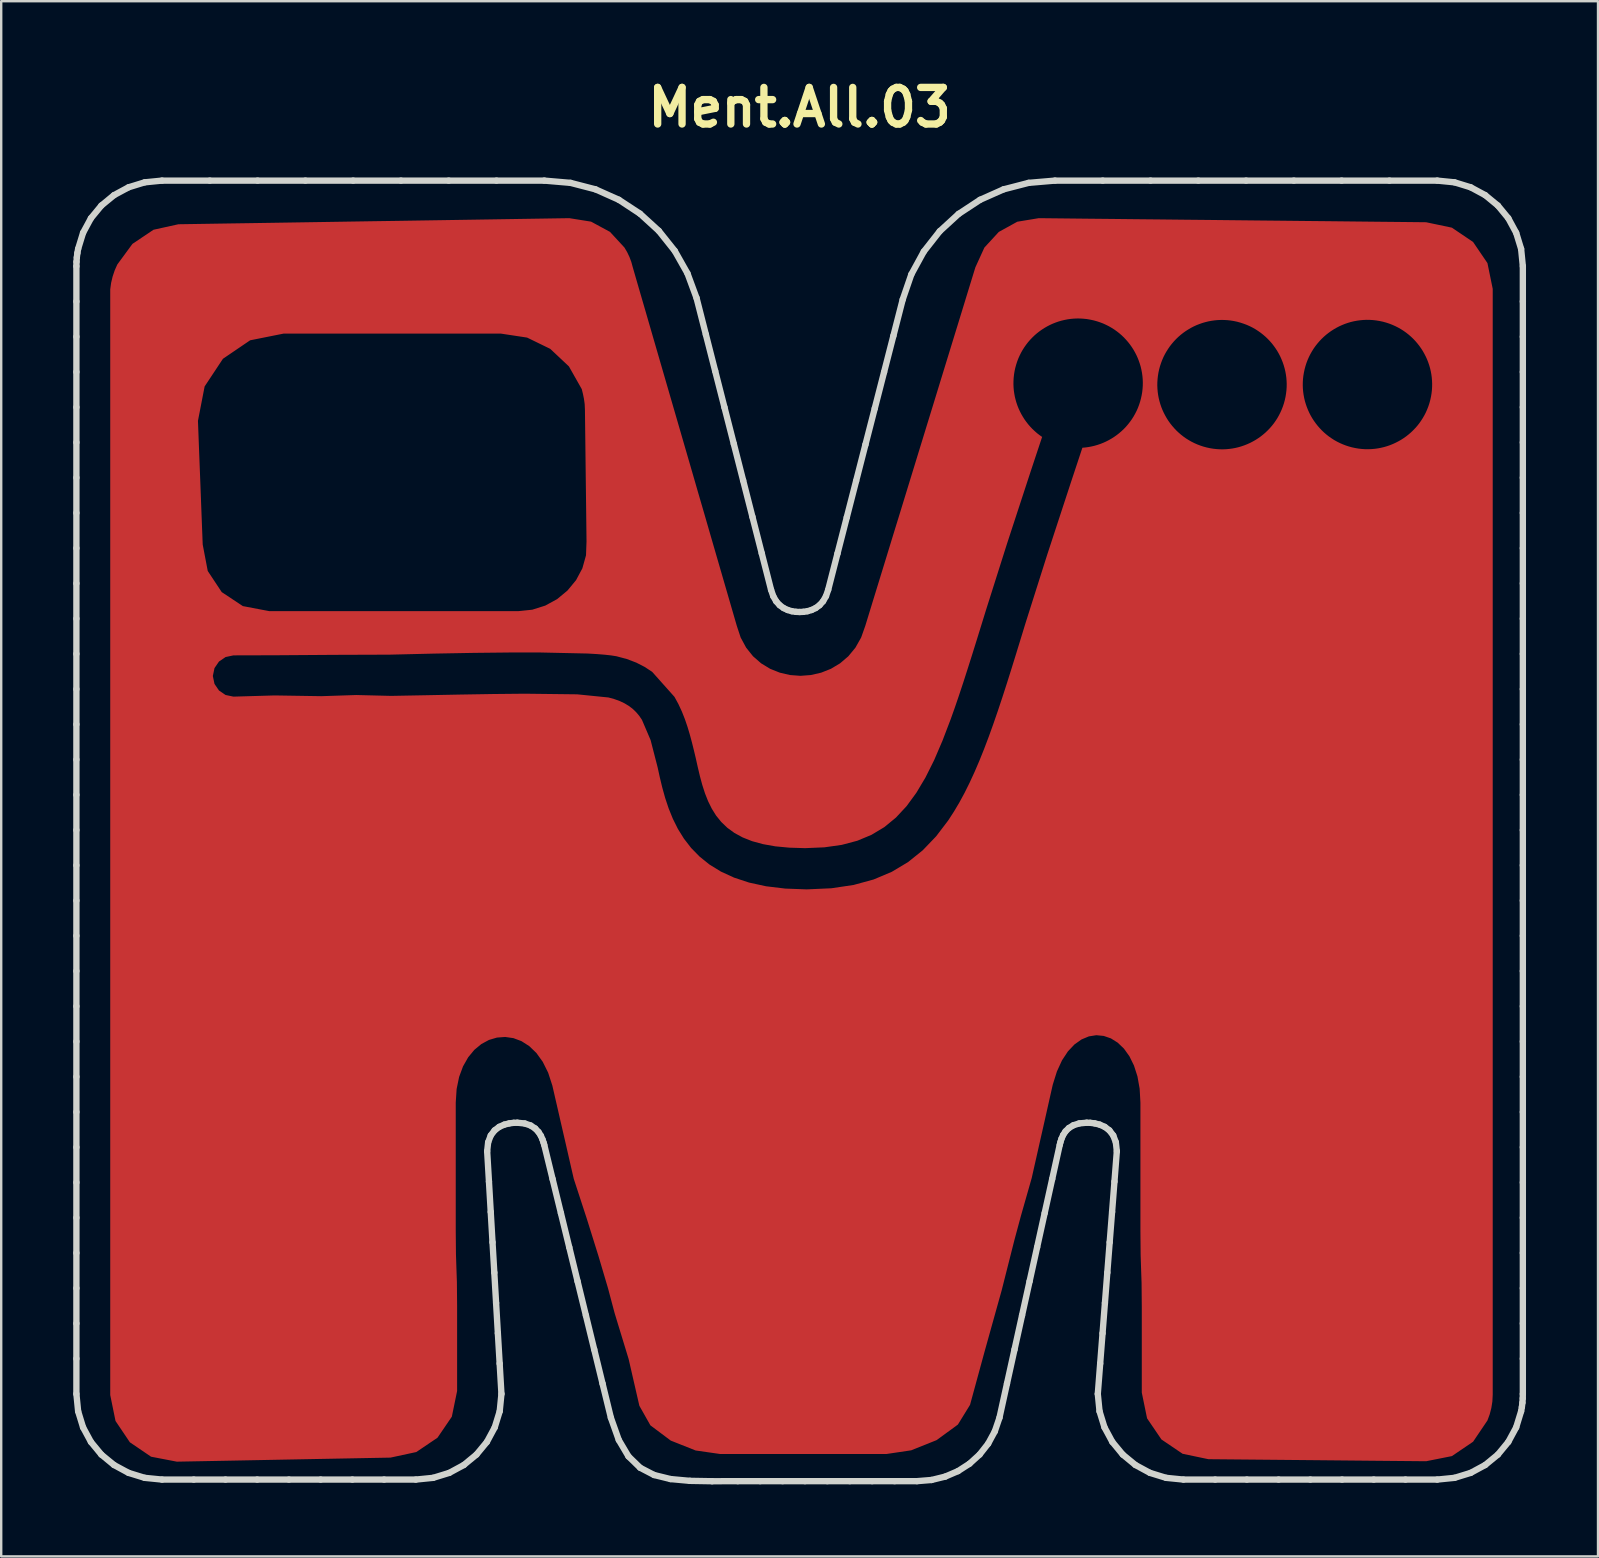
<source format=kicad_pcb>
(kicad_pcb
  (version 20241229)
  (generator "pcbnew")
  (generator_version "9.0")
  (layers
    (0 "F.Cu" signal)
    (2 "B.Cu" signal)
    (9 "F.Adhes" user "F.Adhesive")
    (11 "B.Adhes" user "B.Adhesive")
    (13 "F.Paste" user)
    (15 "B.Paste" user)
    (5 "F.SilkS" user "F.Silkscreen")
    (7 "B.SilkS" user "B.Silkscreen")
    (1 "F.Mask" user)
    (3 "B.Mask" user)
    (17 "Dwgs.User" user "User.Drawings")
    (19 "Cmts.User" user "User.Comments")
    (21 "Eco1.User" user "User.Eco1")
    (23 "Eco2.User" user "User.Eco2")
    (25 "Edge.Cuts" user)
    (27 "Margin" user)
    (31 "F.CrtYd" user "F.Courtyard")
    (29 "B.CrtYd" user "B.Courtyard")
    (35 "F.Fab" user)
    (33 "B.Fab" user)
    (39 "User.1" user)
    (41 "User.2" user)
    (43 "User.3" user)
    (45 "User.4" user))
  (footprint "Ment.All.03"
    (layer "F.Cu")
    (at 30.267 31.571)
    (property "Reference" "Ment.All.03" (at 0 -30.144 0) (layer "F.SilkS") (effects (font (size 1.524 1.524) (thickness 0.305))))
    (attr smd)
    (fp_poly (pts (xy -9.595 -25.531) (xy -7.859 -7.313) (xy -7.635 -7.278) (xy -7.199 -7.162) (xy -6.807 -7.013) (xy -6.456 -6.833) (xy -6.143 -6.627) (xy -5.214 -5.585) (xy -5.05 -5.285) (xy -4.906 -4.974) (xy -4.78 -4.656) (xy -4.67 -4.333) (xy -4.573 -4.008) (xy -4.486 -3.684) (xy -4.406 -3.363) (xy -4.331 -3.049) (xy -4.244 -2.659) (xy -4.154 -2.28) (xy -4.056 -1.917) (xy -3.944 -1.569) (xy -3.814 -1.239) (xy -3.66 -0.928) (xy -3.48 -0.639) (xy -3.265 -0.373) (xy -3.013 -0.131) (xy -2.718 0.084) (xy -2.376 0.27) (xy -1.98 0.427) (xy -1.527 0.551) (xy -1.011 0.643) (xy -0.427 0.698) (xy 0.229 0.718) (xy 1.03 0.684) (xy 1.754 0.582) (xy 2.406 0.409) (xy 2.995 0.163) (xy 3.528 -0.157) (xy 4.013 -0.555) (xy 4.455 -1.03) (xy 4.863 -1.587) (xy 5.244 -2.226) (xy 5.606 -2.951) (xy 5.954 -3.763) (xy 6.298 -4.663) (xy 6.47 -5.147) (xy 6.643 -5.654) (xy 6.819 -6.185) (xy 6.997 -6.739) (xy 7.18 -7.316) (xy 7.368 -7.918) (xy 7.562 -8.544) (xy 7.763 -9.195) (xy 8.643 -11.972) (xy 9.611 -14.93) (xy 10.104 -16.416) (xy 9.996 -16.492) (xy 9.893 -16.572) (xy 9.795 -16.658) (xy 9.7 -16.747) (xy 9.611 -16.841) (xy 9.526 -16.939) (xy 9.446 -17.041) (xy 9.371 -17.146) (xy 9.302 -17.255) (xy 9.237 -17.367) (xy 9.178 -17.482) (xy 9.124 -17.6) (xy 9.076 -17.72) (xy 9.034 -17.843) (xy 8.998 -17.968) (xy 8.967 -18.095) (xy 8.944 -18.223) (xy 8.925 -18.353) (xy 8.914 -18.485) (xy 8.909 -18.618) (xy 8.911 -18.751) (xy 8.919 -18.886) (xy 8.934 -19.021) (xy 8.956 -19.156) (xy 8.985 -19.291) (xy 9.022 -19.425) (xy 9.064 -19.556) (xy 9.112 -19.683) (xy 9.167 -19.806) (xy 9.227 -19.926) (xy 9.292 -20.041) (xy 9.363 -20.153) (xy 9.439 -20.26) (xy 9.519 -20.364) (xy 9.604 -20.462) (xy 9.694 -20.556) (xy 9.787 -20.646) (xy 9.885 -20.731) (xy 9.987 -20.811) (xy 10.092 -20.886) (xy 10.201 -20.956) (xy 10.313 -21.021) (xy 10.427 -21.08) (xy 10.545 -21.134) (xy 10.666 -21.182) (xy 10.789 -21.225) (xy 10.913 -21.261) (xy 11.04 -21.291) (xy 11.169 -21.316) (xy 11.299 -21.334) (xy 11.431 -21.346) (xy 11.563 -21.351) (xy 11.697 -21.35) (xy 11.831 -21.341) (xy 11.966 -21.327) (xy 12.101 -21.304) (xy 12.237 -21.275) (xy 12.251 -21.272) (xy 12.385 -21.235) (xy 12.515 -21.192) (xy 12.642 -21.144) (xy 12.765 -21.088) (xy 12.884 -21.028) (xy 12.999 -20.962) (xy 13.111 -20.891) (xy 13.218 -20.815) (xy 13.321 -20.734) (xy 13.419 -20.649) (xy 13.513 -20.559) (xy 13.602 -20.464) (xy 13.687 -20.366) (xy 13.767 -20.264) (xy 13.841 -20.159) (xy 13.911 -20.05) (xy 13.975 -19.937) (xy 14.034 -19.823) (xy 14.087 -19.705) (xy 14.134 -19.584) (xy 14.176 -19.461) (xy 14.213 -19.336) (xy 14.242 -19.209) (xy 14.266 -19.081) (xy 14.284 -18.95) (xy 14.295 -18.819) (xy 14.3 -18.686) (xy 14.298 -18.552) (xy 14.289 -18.418) (xy 14.274 -18.283) (xy 14.251 -18.148) (xy 14.221 -18.012) (xy 14.185 -17.879) (xy 14.142 -17.748) (xy 14.094 -17.621) (xy 14.039 -17.498) (xy 13.978 -17.379) (xy 13.913 -17.264) (xy 13.842 -17.152) (xy 13.766 -17.045) (xy 13.685 -16.942) (xy 13.6 -16.843) (xy 13.51 -16.749) (xy 13.416 -16.66) (xy 13.318 -16.575) (xy 13.216 -16.495) (xy 13.111 -16.421) (xy 13.002 -16.351) (xy 12.89 -16.287) (xy 12.775 -16.228) (xy 12.657 -16.174) (xy 12.536 -16.126) (xy 12.413 -16.084) (xy 12.288 -16.048) (xy 12.162 -16.018) (xy 12.033 -15.994) (xy 11.903 -15.976) (xy 11.782 -15.966) (xy 11.305 -14.526) (xy 10.316 -11.508) (xy 9.415 -8.666) (xy 9.213 -8.006) (xy 9.016 -7.365) (xy 8.823 -6.743) (xy 8.633 -6.14) (xy 8.444 -5.556) (xy 8.256 -4.991) (xy 8.068 -4.446) (xy 7.879 -3.921) (xy 7.687 -3.415) (xy 7.492 -2.929) (xy 7.292 -2.463) (xy 7.087 -2.017) (xy 6.876 -1.591) (xy 6.657 -1.187) (xy 6.429 -0.803) (xy 6.193 -0.439) (xy 5.688 0.225) (xy 5.132 0.805) (xy 4.518 1.299) (xy 3.839 1.705) (xy 3.085 2.023) (xy 2.248 2.252) (xy 1.321 2.39) (xy 0.295 2.436) (xy -0.597 2.403) (xy -1.395 2.307) (xy -2.104 2.153) (xy -2.729 1.947) (xy -3.278 1.695) (xy -3.756 1.401) (xy -4.168 1.07) (xy -4.521 0.709) (xy -4.82 0.322) (xy -5.072 -0.084) (xy -5.282 -0.506) (xy -5.457 -0.938) (xy -5.602 -1.373) (xy -5.723 -1.808) (xy -5.826 -2.236) (xy -5.917 -2.652) (xy -6.209 -3.785) (xy -6.569 -4.627) (xy -6.684 -4.796) (xy -6.812 -4.948) (xy -6.955 -5.086) (xy -7.116 -5.208) (xy -7.295 -5.316) (xy -7.495 -5.411) (xy -7.718 -5.492) (xy -7.965 -5.56) (xy -9.269 -5.691) (xy -11.451 -5.717) (xy -12.76 -5.704) (xy -14.155 -5.681) (xy -15.589 -5.653) (xy -17.019 -5.626) (xy -18.473 -5.662) (xy -19.931 -5.614) (xy -21.873 -5.645) (xy -23.59 -5.595) (xy -23.919 -5.664) (xy -24.193 -5.851) (xy -24.38 -6.125) (xy -24.449 -6.455) (xy -24.38 -6.784) (xy -24.193 -7.057) (xy -23.919 -7.244) (xy -23.59 -7.314) (xy -21.81 -7.319) (xy -19.39 -7.336) (xy -17.085 -7.344) (xy -15.242 -7.388) (xy -13.582 -7.418) (xy -12.108 -7.434) (xy -10.824 -7.435) (xy -8.833 -7.391) (xy -8.458 -7.369) (xy -8.133 -7.343) (xy -7.859 -7.313) (xy -9.595 -25.531) (xy -21.501 -20.721) (xy -19.237 -20.721) (xy -16.974 -20.721) (xy -14.711 -20.721) (xy -12.447 -20.721) (xy -11.354 -20.555) (xy -10.39 -20.085) (xy -9.613 -19.355) (xy -9.077 -18.408) (xy -9.028 -18.209) (xy -8.986 -18.004) (xy -8.956 -17.786) (xy -8.945 -17.55) (xy -8.928 -16.178) (xy -8.912 -14.807) (xy -8.895 -13.436) (xy -8.879 -12.064) (xy -8.9 -11.484) (xy -9.052 -10.941) (xy -9.315 -10.448) (xy -9.672 -10.016) (xy -10.104 -9.658) (xy -10.597 -9.388) (xy -11.14 -9.217) (xy -11.72 -9.157) (xy -14.314 -9.157) (xy -16.908 -9.157) (xy -19.502 -9.157) (xy -22.095 -9.157) (xy -23.198 -9.367) (xy -24.078 -9.95) (xy -24.661 -10.83) (xy -24.871 -11.932) (xy -24.921 -13.221) (xy -24.97 -14.51) (xy -25.02 -15.798) (xy -25.069 -17.087) (xy -24.791 -18.519) (xy -24.028 -19.672) (xy -22.895 -20.442) (xy -21.501 -20.721) (xy -9.595 -25.531) (xy -10.613 -25.515) (xy -11.631 -25.499) (xy -12.649 -25.483) (xy -13.667 -25.467) (xy -14.685 -25.451) (xy -15.703 -25.435) (xy -16.721 -25.419) (xy -17.739 -25.404) (xy -18.757 -25.388) (xy -19.775 -25.372) (xy -20.793 -25.356) (xy -21.811 -25.34) (xy -22.829 -25.324) (xy -23.847 -25.309) (xy -24.865 -25.293) (xy -25.883 -25.277) (xy -26.922 -25.048) (xy -27.799 -24.459) (xy -28.429 -23.601) (xy -28.538 -23.356) (xy -28.624 -23.1) (xy -28.687 -22.837) (xy -28.724 -22.568) (xy -28.724 -19.688) (xy -28.724 -16.808) (xy -28.724 -13.929) (xy -28.724 -11.049) (xy -28.724 -8.17) (xy -28.724 -5.29) (xy -28.724 -2.41) (xy -28.724 0.469) (xy -28.724 3.349) (xy -28.724 6.228) (xy -28.724 9.108) (xy -28.724 11.987) (xy -28.724 14.867) (xy -28.724 17.746) (xy -28.724 20.626) (xy -28.724 23.506) (xy -28.504 24.585) (xy -27.906 25.474) (xy -27.023 26.074) (xy -25.949 26.281) (xy -23.723 26.239) (xy -21.498 26.196) (xy -19.272 26.154) (xy -17.047 26.112) (xy -15.972 25.88) (xy -15.089 25.284) (xy -14.491 24.407) (xy -14.271 23.337) (xy -14.271 22.893) (xy -14.271 22.448) (xy -14.271 22.004) (xy -14.271 21.56) (xy -14.271 21.115) (xy -14.271 20.671) (xy -14.271 20.227) (xy -14.271 19.783) (xy -14.28 18.793) (xy -14.3 18.216) (xy -14.319 17.638) (xy -14.328 16.649) (xy -14.328 16.205) (xy -14.328 15.76) (xy -14.328 15.316) (xy -14.328 14.872) (xy -14.328 14.428) (xy -14.328 13.983) (xy -14.328 13.539) (xy -14.328 13.095) (xy -14.328 12.651) (xy -14.328 12.207) (xy -14.328 11.762) (xy -14.328 11.318) (xy -14.291 10.753) (xy -14.187 10.249) (xy -14.024 9.809) (xy -13.81 9.433) (xy -13.554 9.123) (xy -13.263 8.882) (xy -12.946 8.71) (xy -12.612 8.611) (xy -12.269 8.585) (xy -11.924 8.634) (xy -11.587 8.761) (xy -11.266 8.966) (xy -10.968 9.252) (xy -10.703 9.621) (xy -10.478 10.073) (xy -10.302 10.613) (xy -10.191 11.098) (xy -10.079 11.583) (xy -9.968 12.069) (xy -9.856 12.554) (xy -9.744 13.04) (xy -9.633 13.526) (xy 25.373 -16.519) (xy 25.272 -16.439) (xy 25.166 -16.364) (xy 25.057 -16.294) (xy 24.945 -16.231) (xy 24.83 -16.172) (xy 24.712 -16.118) (xy 24.592 -16.07) (xy 24.469 -16.028) (xy 24.344 -15.992) (xy 24.217 -15.962) (xy 24.089 -15.938) (xy 23.958 -15.92) (xy 23.826 -15.909) (xy 23.694 -15.904) (xy 23.56 -15.905) (xy 23.426 -15.914) (xy 23.291 -15.929) (xy 23.156 -15.952) (xy 23.02 -15.981) (xy 22.887 -16.017) (xy 22.756 -16.06) (xy 22.629 -16.109) (xy 22.506 -16.163) (xy 22.387 -16.223) (xy 22.271 -16.288) (xy 22.16 -16.36) (xy 22.052 -16.435) (xy 21.949 -16.516) (xy 21.85 -16.601) (xy 21.756 -16.691) (xy 21.667 -16.785) (xy 21.582 -16.883) (xy 21.502 -16.985) (xy 21.427 -17.09) (xy 21.357 -17.198) (xy 21.292 -17.311) (xy 21.233 -17.426) (xy 21.18 -17.544) (xy 21.132 -17.664) (xy 21.09 -17.787) (xy 21.053 -17.911) (xy 21.023 -18.038) (xy 20.999 -18.167) (xy 20.981 -18.297) (xy 20.969 -18.429) (xy 20.964 -18.562) (xy 20.966 -18.695) (xy 20.974 -18.83) (xy 20.989 -18.965) (xy 21.012 -19.1) (xy 21.041 -19.235) (xy 21.077 -19.369) (xy 21.119 -19.5) (xy 21.168 -19.627) (xy 21.222 -19.75) (xy 21.282 -19.869) (xy 21.348 -19.985) (xy 21.418 -20.097) (xy 21.494 -20.204) (xy 21.575 -20.307) (xy 21.66 -20.406) (xy 21.749 -20.5) (xy 21.843 -20.59) (xy 21.941 -20.675) (xy 22.043 -20.755) (xy 22.148 -20.83) (xy 22.257 -20.9) (xy 22.368 -20.964) (xy 22.483 -21.024) (xy 22.601 -21.077) (xy 22.721 -21.126) (xy 22.844 -21.168) (xy 22.969 -21.205) (xy 23.095 -21.235) (xy 23.224 -21.259) (xy 23.355 -21.277) (xy 23.486 -21.289) (xy 23.619 -21.295) (xy 23.753 -21.293) (xy 23.887 -21.285) (xy 24.022 -21.27) (xy 24.157 -21.248) (xy 24.293 -21.219) (xy 24.307 -21.216) (xy 24.44 -21.179) (xy 24.571 -21.136) (xy 24.697 -21.087) (xy 24.82 -21.032) (xy 24.939 -20.972) (xy 25.055 -20.906) (xy 25.166 -20.835) (xy 25.273 -20.759) (xy 25.376 -20.678) (xy 25.475 -20.592) (xy 25.569 -20.502) (xy 25.658 -20.408) (xy 25.742 -20.31) (xy 25.822 -20.208) (xy 25.897 -20.102) (xy 25.966 -19.994) (xy 26.03 -19.881) (xy 26.089 -19.766) (xy 26.143 -19.648) (xy 26.19 -19.528) (xy 26.232 -19.405) (xy 26.268 -19.28) (xy 26.298 -19.153) (xy 26.322 -19.024) (xy 26.339 -18.894) (xy 26.35 -18.762) (xy 26.355 -18.63) (xy 26.353 -18.496) (xy 26.345 -18.362) (xy 26.329 -18.226) (xy 26.307 -18.091) (xy 26.277 -17.956) (xy 26.241 -17.822) (xy 26.198 -17.692) (xy 26.149 -17.565) (xy 26.095 -17.442) (xy 26.034 -17.322) (xy 25.968 -17.207) (xy 25.897 -17.096) (xy 25.822 -16.988) (xy 25.741 -16.885) (xy 25.655 -16.787) (xy 25.565 -16.693) (xy 25.471 -16.603) (xy 25.373 -16.519) (xy -9.633 13.526) (xy -9.522 14.011) (xy -9.41 14.497) (xy -8.869 16.153) (xy -8.383 17.707) (xy 19.68 -16.881) (xy 19.595 -16.783) (xy 19.505 -16.689) (xy 19.411 -16.599) (xy 19.312 -16.514) (xy 19.211 -16.434) (xy 19.105 -16.36) (xy 18.997 -16.29) (xy 18.884 -16.226) (xy 18.77 -16.167) (xy 18.652 -16.114) (xy 18.531 -16.066) (xy 18.409 -16.024) (xy 18.283 -15.987) (xy 18.157 -15.957) (xy 18.028 -15.933) (xy 17.898 -15.916) (xy 17.766 -15.904) (xy 17.633 -15.899) (xy 17.5 -15.901) (xy 17.365 -15.91) (xy 17.23 -15.925) (xy 17.095 -15.947) (xy 16.959 -15.977) (xy 16.825 -16.013) (xy 16.695 -16.056) (xy 16.569 -16.104) (xy 16.445 -16.159) (xy 16.325 -16.219) (xy 16.21 -16.285) (xy 16.098 -16.355) (xy 15.991 -16.431) (xy 15.888 -16.512) (xy 15.79 -16.597) (xy 15.695 -16.686) (xy 15.606 -16.781) (xy 15.521 -16.879) (xy 15.441 -16.98) (xy 15.366 -17.085) (xy 15.296 -17.195) (xy 15.232 -17.307) (xy 15.173 -17.421) (xy 15.119 -17.539) (xy 15.071 -17.659) (xy 15.029 -17.782) (xy 14.993 -17.907) (xy 14.962 -18.034) (xy 14.938 -18.163) (xy 14.92 -18.293) (xy 14.909 -18.424) (xy 14.903 -18.557) (xy 14.905 -18.691) (xy 14.914 -18.825) (xy 14.929 -18.96) (xy 14.951 -19.096) (xy 14.98 -19.231) (xy 15.016 -19.365) (xy 15.059 -19.495) (xy 15.107 -19.622) (xy 15.161 -19.746) (xy 15.221 -19.865) (xy 15.287 -19.98) (xy 15.358 -20.092) (xy 15.433 -20.2) (xy 15.514 -20.303) (xy 15.599 -20.402) (xy 15.688 -20.496) (xy 15.782 -20.586) (xy 15.88 -20.671) (xy 15.982 -20.751) (xy 16.087 -20.826) (xy 16.196 -20.895) (xy 16.308 -20.961) (xy 16.422 -21.02) (xy 16.54 -21.074) (xy 16.661 -21.121) (xy 16.783 -21.164) (xy 16.908 -21.2) (xy 17.035 -21.231) (xy 17.163 -21.255) (xy 17.293 -21.273) (xy 17.425 -21.285) (xy 17.558 -21.29) (xy 17.691 -21.289) (xy 17.826 -21.281) (xy 17.961 -21.266) (xy 18.097 -21.244) (xy 18.232 -21.215) (xy 18.246 -21.211) (xy 18.379 -21.174) (xy 18.509 -21.131) (xy 18.636 -21.083) (xy 18.759 -21.028) (xy 18.879 -20.968) (xy 18.994 -20.902) (xy 19.105 -20.83) (xy 19.213 -20.754) (xy 19.315 -20.673) (xy 19.414 -20.588) (xy 19.508 -20.498) (xy 19.597 -20.404) (xy 19.682 -20.306) (xy 19.761 -20.204) (xy 19.836 -20.098) (xy 19.906 -19.989) (xy 19.97 -19.877) (xy 20.029 -19.762) (xy 20.081 -19.644) (xy 20.129 -19.524) (xy 20.171 -19.401) (xy 20.207 -19.276) (xy 20.237 -19.149) (xy 20.261 -19.02) (xy 20.279 -18.89) (xy 20.29 -18.758) (xy 20.295 -18.626) (xy 20.293 -18.492) (xy 20.284 -18.357) (xy 20.268 -18.223) (xy 20.246 -18.087) (xy 20.216 -17.951) (xy 20.18 -17.818) (xy 20.137 -17.687) (xy 20.088 -17.561) (xy 20.033 -17.438) (xy 19.973 -17.319) (xy 19.908 -17.203) (xy 19.837 -17.092) (xy 19.761 -16.984) (xy 19.68 -16.881) (xy -8.383 17.707) (xy -7.984 19.054) (xy -7.709 20.088) (xy -7.563 20.569) (xy -7.416 21.05) (xy -7.269 21.53) (xy -7.123 22.011) (xy -6.677 23.953) (xy -6.217 24.768) (xy -5.369 25.403) (xy -4.334 25.815) (xy -3.317 25.961) (xy -1.582 25.961) (xy 0.153 25.961) (xy 1.887 25.961) (xy 3.622 25.961) (xy 4.649 25.808) (xy 5.709 25.383) (xy 6.595 24.735) (xy 7.101 23.913) (xy 7.708 21.689) (xy 7.885 21.055) (xy 8.062 20.421) (xy 8.239 19.786) (xy 8.416 19.153) (xy 8.732 17.906) (xy 8.955 17.026) (xy 9.222 16.036) (xy 9.672 14.457) (xy 9.781 13.971) (xy 9.891 13.486) (xy 10 13) (xy 10.11 12.515) (xy 10.22 12.029) (xy 10.329 11.544) (xy 10.438 11.058) (xy 10.548 10.572) (xy 10.72 10.023) (xy 10.932 9.561) (xy 11.179 9.186) (xy 11.453 8.896) (xy 11.747 8.688) (xy 12.052 8.561) (xy 12.363 8.512) (xy 12.671 8.542) (xy 12.971 8.645) (xy 13.254 8.823) (xy 13.513 9.071) (xy 13.741 9.389) (xy 13.931 9.775) (xy 14.076 10.226) (xy 14.168 10.741) (xy 14.2 11.318) (xy 14.2 11.765) (xy 14.2 12.211) (xy 14.2 12.657) (xy 14.2 13.103) (xy 14.2 13.549) (xy 14.2 13.996) (xy 14.2 14.442) (xy 14.2 14.888) (xy 14.2 15.335) (xy 14.2 15.781) (xy 14.2 16.227) (xy 14.2 16.674) (xy 14.209 17.669) (xy 14.228 18.253) (xy 14.248 18.837) (xy 14.257 19.832) (xy 14.257 20.279) (xy 14.257 20.725) (xy 14.257 21.171) (xy 14.257 21.618) (xy 14.257 22.064) (xy 14.257 22.51) (xy 14.257 22.956) (xy 14.257 23.403) (xy 14.477 24.476) (xy 15.075 25.355) (xy 15.957 25.952) (xy 17.033 26.178) (xy 19.3 26.199) (xy 21.568 26.22) (xy 23.836 26.242) (xy 26.103 26.263) (xy 27.178 26.049) (xy 28.061 25.45) (xy 28.659 24.564) (xy 28.753 24.309) (xy 28.822 24.043) (xy 28.865 23.769) (xy 28.879 23.487) (xy 28.879 20.608) (xy 28.879 17.728) (xy 28.879 14.849) (xy 28.879 11.969) (xy 28.879 9.09) (xy 28.879 6.21) (xy 28.879 3.33) (xy 28.879 0.451) (xy 28.879 -2.429) (xy 28.879 -5.309) (xy 28.879 -8.188) (xy 28.879 -11.068) (xy 28.879 -13.947) (xy 28.879 -16.827) (xy 28.879 -19.707) (xy 28.879 -22.586) (xy 28.659 -23.659) (xy 28.061 -24.538) (xy 27.178 -25.135) (xy 26.103 -25.361) (xy 25.095 -25.372) (xy 24.087 -25.382) (xy 23.078 -25.393) (xy 22.069 -25.404) (xy 21.06 -25.414) (xy 20.052 -25.425) (xy 19.044 -25.435) (xy 18.035 -25.446) (xy 17.026 -25.457) (xy 16.018 -25.467) (xy 15.009 -25.478) (xy 14 -25.488) (xy 12.992 -25.499) (xy 11.984 -25.509) (xy 10.975 -25.52) (xy 9.966 -25.531) (xy 9.07 -25.383) (xy 8.298 -24.957) (xy 7.699 -24.306) (xy 7.323 -23.482) (xy 7.036 -22.549) (xy 6.75 -21.615) (xy 6.463 -20.682) (xy 6.176 -19.748) (xy 5.889 -18.814) (xy 5.603 -17.88) (xy 5.316 -16.947) (xy 5.029 -16.013) (xy 4.743 -15.08) (xy 4.456 -14.146) (xy 4.17 -13.213) (xy 3.882 -12.279) (xy 3.596 -11.345) (xy 3.309 -10.411) (xy 3.022 -9.478) (xy 2.736 -8.544) (xy 2.563 -8.057) (xy 2.324 -7.634) (xy 2.029 -7.276) (xy 1.686 -6.983) (xy 1.305 -6.755) (xy 0.897 -6.593) (xy 0.47 -6.495) (xy 0.035 -6.462) (xy -0.4 -6.495) (xy -0.824 -6.593) (xy -1.229 -6.755) (xy -1.604 -6.983) (xy -1.94 -7.276) (xy -2.227 -7.634) (xy -2.456 -8.057) (xy -2.617 -8.544) (xy -2.888 -9.478) (xy -3.159 -10.411) (xy -3.43 -11.345) (xy -3.701 -12.279) (xy -3.971 -13.213) (xy -4.243 -14.146) (xy -4.513 -15.08) (xy -4.784 -16.013) (xy -5.055 -16.947) (xy -5.326 -17.88) (xy -5.597 -18.814) (xy -5.868 -19.748) (xy -6.139 -20.682) (xy -6.409 -21.615) (xy -6.681 -22.549) (xy -6.951 -23.482) (xy -7.011 -23.702) (xy -7.089 -23.912) (xy -7.186 -24.115) (xy -7.299 -24.307) (xy -7.902 -24.96) (xy -8.689 -25.386) (xy -9.595 -25.531)) (stroke (width 0) (type solid)) (fill yes) (layer "F.Cu"))
    (fp_line (start -30.134 -23.528) (end -30.13 -23.712) (stroke (width 0.264) (type solid)) (layer "Edge.Cuts"))
    (fp_line (start -30.134 -22.059) (end -30.134 -23.528) (stroke (width 0.264) (type solid)) (layer "Edge.Cuts"))
    (fp_line (start -30.134 -20.591) (end -30.134 -22.059) (stroke (width 0.264) (type solid)) (layer "Edge.Cuts"))
    (fp_line (start -30.134 -19.123) (end -30.134 -20.591) (stroke (width 0.264) (type solid)) (layer "Edge.Cuts"))
    (fp_line (start -30.134 -17.654) (end -30.134 -19.123) (stroke (width 0.264) (type solid)) (layer "Edge.Cuts"))
    (fp_line (start -30.134 -16.186) (end -30.134 -17.654) (stroke (width 0.264) (type solid)) (layer "Edge.Cuts"))
    (fp_line (start -30.134 -14.718) (end -30.134 -16.186) (stroke (width 0.264) (type solid)) (layer "Edge.Cuts"))
    (fp_line (start -30.134 -13.249) (end -30.134 -14.718) (stroke (width 0.264) (type solid)) (layer "Edge.Cuts"))
    (fp_line (start -30.134 -11.781) (end -30.134 -13.249) (stroke (width 0.264) (type solid)) (layer "Edge.Cuts"))
    (fp_line (start -30.134 -10.313) (end -30.134 -11.781) (stroke (width 0.264) (type solid)) (layer "Edge.Cuts"))
    (fp_line (start -30.134 -8.844) (end -30.134 -10.313) (stroke (width 0.264) (type solid)) (layer "Edge.Cuts"))
    (fp_line (start -30.134 -7.376) (end -30.134 -8.844) (stroke (width 0.264) (type solid)) (layer "Edge.Cuts"))
    (fp_line (start -30.134 -5.908) (end -30.134 -7.376) (stroke (width 0.264) (type solid)) (layer "Edge.Cuts"))
    (fp_line (start -30.134 -4.44) (end -30.134 -5.908) (stroke (width 0.264) (type solid)) (layer "Edge.Cuts"))
    (fp_line (start -30.134 -2.971) (end -30.134 -4.44) (stroke (width 0.264) (type solid)) (layer "Edge.Cuts"))
    (fp_line (start -30.134 -1.503) (end -30.134 -2.971) (stroke (width 0.264) (type solid)) (layer "Edge.Cuts"))
    (fp_line (start -30.134 -0.035) (end -30.134 -1.503) (stroke (width 0.264) (type solid)) (layer "Edge.Cuts"))
    (fp_line (start -30.134 1.434) (end -30.134 -0.035) (stroke (width 0.264) (type solid)) (layer "Edge.Cuts"))
    (fp_line (start -30.134 2.902) (end -30.134 1.434) (stroke (width 0.264) (type solid)) (layer "Edge.Cuts"))
    (fp_line (start -30.134 4.37) (end -30.134 2.902) (stroke (width 0.264) (type solid)) (layer "Edge.Cuts"))
    (fp_line (start -30.134 5.839) (end -30.134 4.37) (stroke (width 0.264) (type solid)) (layer "Edge.Cuts"))
    (fp_line (start -30.134 7.307) (end -30.134 5.839) (stroke (width 0.264) (type solid)) (layer "Edge.Cuts"))
    (fp_line (start -30.134 8.775) (end -30.134 7.307) (stroke (width 0.264) (type solid)) (layer "Edge.Cuts"))
    (fp_line (start -30.134 10.244) (end -30.134 8.775) (stroke (width 0.264) (type solid)) (layer "Edge.Cuts"))
    (fp_line (start -30.134 11.712) (end -30.134 10.244) (stroke (width 0.264) (type solid)) (layer "Edge.Cuts"))
    (fp_line (start -30.134 13.18) (end -30.134 11.712) (stroke (width 0.264) (type solid)) (layer "Edge.Cuts"))
    (fp_line (start -30.134 14.648) (end -30.134 13.18) (stroke (width 0.264) (type solid)) (layer "Edge.Cuts"))
    (fp_line (start -30.134 16.117) (end -30.134 14.648) (stroke (width 0.264) (type solid)) (layer "Edge.Cuts"))
    (fp_line (start -30.134 17.585) (end -30.134 16.117) (stroke (width 0.264) (type solid)) (layer "Edge.Cuts"))
    (fp_line (start -30.134 19.053) (end -30.134 17.585) (stroke (width 0.264) (type solid)) (layer "Edge.Cuts"))
    (fp_line (start -30.134 20.522) (end -30.134 19.053) (stroke (width 0.264) (type solid)) (layer "Edge.Cuts"))
    (fp_line (start -30.134 21.99) (end -30.134 20.522) (stroke (width 0.264) (type solid)) (layer "Edge.Cuts"))
    (fp_line (start -30.134 23.458) (end -30.134 21.99) (stroke (width 0.264) (type solid)) (layer "Edge.Cuts"))
    (fp_line (start -30.13 -23.712) (end -30.116 -23.894) (stroke (width 0.264) (type solid)) (layer "Edge.Cuts"))
    (fp_line (start -30.116 -23.894) (end -30.094 -24.074) (stroke (width 0.264) (type solid)) (layer "Edge.Cuts"))
    (fp_line (start -30.094 -24.074) (end -30.062 -24.25) (stroke (width 0.264) (type solid)) (layer "Edge.Cuts"))
    (fp_line (start -30.062 -24.25) (end -29.856 -24.921) (stroke (width 0.264) (type solid)) (layer "Edge.Cuts"))
    (fp_line (start -30.062 24.181) (end -30.134 23.458) (stroke (width 0.264) (type solid)) (layer "Edge.Cuts"))
    (fp_line (start -29.856 -24.921) (end -29.528 -25.528) (stroke (width 0.264) (type solid)) (layer "Edge.Cuts"))
    (fp_line (start -29.856 24.852) (end -30.062 24.181) (stroke (width 0.264) (type solid)) (layer "Edge.Cuts"))
    (fp_line (start -29.528 -25.528) (end -29.094 -26.055) (stroke (width 0.264) (type solid)) (layer "Edge.Cuts"))
    (fp_line (start -29.528 25.459) (end -29.856 24.852) (stroke (width 0.264) (type solid)) (layer "Edge.Cuts"))
    (fp_line (start -29.094 -26.055) (end -28.566 -26.49) (stroke (width 0.264) (type solid)) (layer "Edge.Cuts"))
    (fp_line (start -29.094 25.986) (end -29.528 25.459) (stroke (width 0.264) (type solid)) (layer "Edge.Cuts"))
    (fp_line (start -28.566 -26.49) (end -27.96 -26.817) (stroke (width 0.264) (type solid)) (layer "Edge.Cuts"))
    (fp_line (start -28.566 26.42) (end -29.094 25.986) (stroke (width 0.264) (type solid)) (layer "Edge.Cuts"))
    (fp_line (start -27.96 -26.817) (end -27.288 -27.024) (stroke (width 0.264) (type solid)) (layer "Edge.Cuts"))
    (fp_line (start -27.96 26.748) (end -28.566 26.42) (stroke (width 0.264) (type solid)) (layer "Edge.Cuts"))
    (fp_line (start -27.288 -27.024) (end -26.566 -27.096) (stroke (width 0.264) (type solid)) (layer "Edge.Cuts"))
    (fp_line (start -27.288 26.955) (end -27.96 26.748) (stroke (width 0.264) (type solid)) (layer "Edge.Cuts"))
    (fp_line (start -26.566 -27.096) (end -24.575 -27.096) (stroke (width 0.264) (type solid)) (layer "Edge.Cuts"))
    (fp_line (start -26.566 27.027) (end -27.288 26.955) (stroke (width 0.264) (type solid)) (layer "Edge.Cuts"))
    (fp_line (start -25.244 27.027) (end -26.566 27.027) (stroke (width 0.264) (type solid)) (layer "Edge.Cuts"))
    (fp_line (start -24.575 -27.096) (end -22.584 -27.096) (stroke (width 0.264) (type solid)) (layer "Edge.Cuts"))
    (fp_line (start -23.922 27.027) (end -25.244 27.027) (stroke (width 0.264) (type solid)) (layer "Edge.Cuts"))
    (fp_line (start -22.601 27.027) (end -23.922 27.027) (stroke (width 0.264) (type solid)) (layer "Edge.Cuts"))
    (fp_line (start -22.584 -27.096) (end -20.593 -27.096) (stroke (width 0.264) (type solid)) (layer "Edge.Cuts"))
    (fp_line (start -21.279 27.027) (end -22.601 27.027) (stroke (width 0.264) (type solid)) (layer "Edge.Cuts"))
    (fp_line (start -20.593 -27.096) (end -18.603 -27.096) (stroke (width 0.264) (type solid)) (layer "Edge.Cuts"))
    (fp_line (start -19.957 27.027) (end -21.279 27.027) (stroke (width 0.264) (type solid)) (layer "Edge.Cuts"))
    (fp_line (start -18.636 27.027) (end -19.957 27.027) (stroke (width 0.264) (type solid)) (layer "Edge.Cuts"))
    (fp_line (start -18.603 -27.096) (end -16.612 -27.096) (stroke (width 0.264) (type solid)) (layer "Edge.Cuts"))
    (fp_line (start -17.314 27.027) (end -18.636 27.027) (stroke (width 0.264) (type solid)) (layer "Edge.Cuts"))
    (fp_line (start -16.612 -27.096) (end -14.621 -27.096) (stroke (width 0.264) (type solid)) (layer "Edge.Cuts"))
    (fp_line (start -15.992 27.027) (end -17.314 27.027) (stroke (width 0.264) (type solid)) (layer "Edge.Cuts"))
    (fp_line (start -15.27 26.955) (end -15.992 27.027) (stroke (width 0.264) (type solid)) (layer "Edge.Cuts"))
    (fp_line (start -14.621 -27.096) (end -12.63 -27.096) (stroke (width 0.264) (type solid)) (layer "Edge.Cuts"))
    (fp_line (start -14.598 26.748) (end -15.27 26.955) (stroke (width 0.264) (type solid)) (layer "Edge.Cuts"))
    (fp_line (start -13.992 26.42) (end -14.598 26.748) (stroke (width 0.264) (type solid)) (layer "Edge.Cuts"))
    (fp_line (start -13.465 25.986) (end -13.992 26.42) (stroke (width 0.264) (type solid)) (layer "Edge.Cuts"))
    (fp_line (start -13.03 25.459) (end -13.465 25.986) (stroke (width 0.264) (type solid)) (layer "Edge.Cuts"))
    (fp_line (start -13.019 13.347) (end -12.944 14.611) (stroke (width 0.264) (type solid)) (layer "Edge.Cuts"))
    (fp_line (start -12.978 12.974) (end -13.019 13.347) (stroke (width 0.264) (type solid)) (layer "Edge.Cuts"))
    (fp_line (start -12.944 14.611) (end -12.87 15.875) (stroke (width 0.264) (type solid)) (layer "Edge.Cuts"))
    (fp_line (start -12.87 15.875) (end -12.796 17.139) (stroke (width 0.264) (type solid)) (layer "Edge.Cuts"))
    (fp_line (start -12.869 12.688) (end -12.978 12.974) (stroke (width 0.264) (type solid)) (layer "Edge.Cuts"))
    (fp_line (start -12.796 17.139) (end -12.721 18.403) (stroke (width 0.264) (type solid)) (layer "Edge.Cuts"))
    (fp_line (start -12.721 18.403) (end -12.647 19.667) (stroke (width 0.264) (type solid)) (layer "Edge.Cuts"))
    (fp_line (start -12.708 12.477) (end -12.869 12.688) (stroke (width 0.264) (type solid)) (layer "Edge.Cuts"))
    (fp_line (start -12.703 24.852) (end -13.03 25.459) (stroke (width 0.264) (type solid)) (layer "Edge.Cuts"))
    (fp_line (start -12.647 19.667) (end -12.573 20.931) (stroke (width 0.264) (type solid)) (layer "Edge.Cuts"))
    (fp_line (start -12.63 -27.096) (end -10.64 -27.096) (stroke (width 0.264) (type solid)) (layer "Edge.Cuts"))
    (fp_line (start -12.573 20.931) (end -12.498 22.194) (stroke (width 0.264) (type solid)) (layer "Edge.Cuts"))
    (fp_line (start -12.515 12.331) (end -12.708 12.477) (stroke (width 0.264) (type solid)) (layer "Edge.Cuts"))
    (fp_line (start -12.498 22.194) (end -12.424 23.458) (stroke (width 0.264) (type solid)) (layer "Edge.Cuts"))
    (fp_line (start -12.496 24.181) (end -12.703 24.852) (stroke (width 0.264) (type solid)) (layer "Edge.Cuts"))
    (fp_line (start -12.424 23.458) (end -12.496 24.181) (stroke (width 0.264) (type solid)) (layer "Edge.Cuts"))
    (fp_line (start -12.305 12.238) (end -12.515 12.331) (stroke (width 0.264) (type solid)) (layer "Edge.Cuts"))
    (fp_line (start -12.099 12.186) (end -12.305 12.238) (stroke (width 0.264) (type solid)) (layer "Edge.Cuts"))
    (fp_line (start -11.912 12.163) (end -12.099 12.186) (stroke (width 0.264) (type solid)) (layer "Edge.Cuts"))
    (fp_line (start -11.763 12.158) (end -11.912 12.163) (stroke (width 0.264) (type solid)) (layer "Edge.Cuts"))
    (fp_line (start -11.452 12.19) (end -11.763 12.158) (stroke (width 0.264) (type solid)) (layer "Edge.Cuts"))
    (fp_line (start -11.206 12.275) (end -11.452 12.19) (stroke (width 0.264) (type solid)) (layer "Edge.Cuts"))
    (fp_line (start -11.018 12.398) (end -11.206 12.275) (stroke (width 0.264) (type solid)) (layer "Edge.Cuts"))
    (fp_line (start -10.879 12.546) (end -11.018 12.398) (stroke (width 0.264) (type solid)) (layer "Edge.Cuts"))
    (fp_line (start -10.78 12.703) (end -10.879 12.546) (stroke (width 0.264) (type solid)) (layer "Edge.Cuts"))
    (fp_line (start -10.713 12.855) (end -10.78 12.703) (stroke (width 0.264) (type solid)) (layer "Edge.Cuts"))
    (fp_line (start -10.669 12.986) (end -10.713 12.855) (stroke (width 0.264) (type solid)) (layer "Edge.Cuts"))
    (fp_line (start -10.64 -27.096) (end -9.546 -27.002) (stroke (width 0.264) (type solid)) (layer "Edge.Cuts"))
    (fp_line (start -10.64 13.083) (end -10.669 12.986) (stroke (width 0.264) (type solid)) (layer "Edge.Cuts"))
    (fp_line (start -10.293 14.504) (end -10.64 13.083) (stroke (width 0.264) (type solid)) (layer "Edge.Cuts"))
    (fp_line (start -9.946 15.925) (end -10.293 14.504) (stroke (width 0.264) (type solid)) (layer "Edge.Cuts"))
    (fp_line (start -9.599 17.346) (end -9.946 15.925) (stroke (width 0.264) (type solid)) (layer "Edge.Cuts"))
    (fp_line (start -9.546 -27.002) (end -8.505 -26.732) (stroke (width 0.264) (type solid)) (layer "Edge.Cuts"))
    (fp_line (start -9.252 18.766) (end -9.599 17.346) (stroke (width 0.264) (type solid)) (layer "Edge.Cuts"))
    (fp_line (start -8.905 20.187) (end -9.252 18.766) (stroke (width 0.264) (type solid)) (layer "Edge.Cuts"))
    (fp_line (start -8.558 21.608) (end -8.905 20.187) (stroke (width 0.264) (type solid)) (layer "Edge.Cuts"))
    (fp_line (start -8.505 -26.732) (end -7.534 -26.298) (stroke (width 0.264) (type solid)) (layer "Edge.Cuts"))
    (fp_line (start -8.211 23.029) (end -8.558 21.608) (stroke (width 0.264) (type solid)) (layer "Edge.Cuts"))
    (fp_line (start -7.864 24.45) (end -8.211 23.029) (stroke (width 0.264) (type solid)) (layer "Edge.Cuts"))
    (fp_line (start -7.534 -26.298) (end -6.65 -25.717) (stroke (width 0.264) (type solid)) (layer "Edge.Cuts"))
    (fp_line (start -7.534 25.379) (end -7.864 24.45) (stroke (width 0.264) (type solid)) (layer "Edge.Cuts"))
    (fp_line (start -7.131 26.061) (end -7.534 25.379) (stroke (width 0.264) (type solid)) (layer "Edge.Cuts"))
    (fp_line (start -6.65 -25.717) (end -5.867 -25.002) (stroke (width 0.264) (type solid)) (layer "Edge.Cuts"))
    (fp_line (start -6.644 26.535) (end -7.131 26.061) (stroke (width 0.264) (type solid)) (layer "Edge.Cuts"))
    (fp_line (start -6.063 26.837) (end -6.644 26.535) (stroke (width 0.264) (type solid)) (layer "Edge.Cuts"))
    (fp_line (start -5.867 -25.002) (end -5.203 -24.169) (stroke (width 0.264) (type solid)) (layer "Edge.Cuts"))
    (fp_line (start -5.377 27.006) (end -6.063 26.837) (stroke (width 0.264) (type solid)) (layer "Edge.Cuts"))
    (fp_line (start -5.203 -24.169) (end -4.674 -23.232) (stroke (width 0.264) (type solid)) (layer "Edge.Cuts"))
    (fp_line (start -4.674 -23.232) (end -4.295 -22.206) (stroke (width 0.264) (type solid)) (layer "Edge.Cuts"))
    (fp_line (start -4.574 27.08) (end -5.377 27.006) (stroke (width 0.264) (type solid)) (layer "Edge.Cuts"))
    (fp_line (start -4.295 -22.206) (end -3.907 -20.686) (stroke (width 0.264) (type solid)) (layer "Edge.Cuts"))
    (fp_line (start -3.907 -20.686) (end -3.519 -19.166) (stroke (width 0.264) (type solid)) (layer "Edge.Cuts"))
    (fp_line (start -3.645 27.096) (end -4.574 27.08) (stroke (width 0.264) (type solid)) (layer "Edge.Cuts"))
    (fp_line (start -3.519 -19.166) (end -3.131 -17.646) (stroke (width 0.264) (type solid)) (layer "Edge.Cuts"))
    (fp_line (start -3.131 -17.646) (end -2.742 -16.126) (stroke (width 0.264) (type solid)) (layer "Edge.Cuts"))
    (fp_line (start -2.742 -16.126) (end -2.354 -14.606) (stroke (width 0.264) (type solid)) (layer "Edge.Cuts"))
    (fp_line (start -2.577 27.093) (end -3.645 27.096) (stroke (width 0.264) (type solid)) (layer "Edge.Cuts"))
    (fp_line (start -2.354 -14.606) (end -1.966 -13.086) (stroke (width 0.264) (type solid)) (layer "Edge.Cuts"))
    (fp_line (start -1.966 -13.086) (end -1.578 -11.566) (stroke (width 0.264) (type solid)) (layer "Edge.Cuts"))
    (fp_line (start -1.644 27.093) (end -2.577 27.093) (stroke (width 0.264) (type solid)) (layer "Edge.Cuts"))
    (fp_line (start -1.578 -11.566) (end -1.19 -10.046) (stroke (width 0.264) (type solid)) (layer "Edge.Cuts"))
    (fp_line (start -1.19 -10.046) (end -1.098 -9.779) (stroke (width 0.264) (type solid)) (layer "Edge.Cuts"))
    (fp_line (start -1.098 -9.779) (end -0.976 -9.567) (stroke (width 0.264) (type solid)) (layer "Edge.Cuts"))
    (fp_line (start -0.976 -9.567) (end -0.831 -9.405) (stroke (width 0.264) (type solid)) (layer "Edge.Cuts"))
    (fp_line (start -0.831 -9.405) (end -0.669 -9.286) (stroke (width 0.264) (type solid)) (layer "Edge.Cuts"))
    (fp_line (start -0.71 27.093) (end -1.644 27.093) (stroke (width 0.264) (type solid)) (layer "Edge.Cuts"))
    (fp_line (start -0.669 -9.286) (end -0.498 -9.205) (stroke (width 0.264) (type solid)) (layer "Edge.Cuts"))
    (fp_line (start -0.498 -9.205) (end -0.325 -9.154) (stroke (width 0.264) (type solid)) (layer "Edge.Cuts"))
    (fp_line (start -0.325 -9.154) (end -0.157 -9.128) (stroke (width 0.264) (type solid)) (layer "Edge.Cuts"))
    (fp_line (start -0.157 -9.128) (end 0.000001 -9.121) (stroke (width 0.264) (type solid)) (layer "Edge.Cuts"))
    (fp_line (start 0.000001 -9.121) (end 0.157 -9.128) (stroke (width 0.264) (type solid)) (layer "Edge.Cuts"))
    (fp_line (start 0.157 -9.128) (end 0.325 -9.154) (stroke (width 0.264) (type solid)) (layer "Edge.Cuts"))
    (fp_line (start 0.223 27.093) (end -0.71 27.093) (stroke (width 0.264) (type solid)) (layer "Edge.Cuts"))
    (fp_line (start 0.325 -9.154) (end 0.498 -9.205) (stroke (width 0.264) (type solid)) (layer "Edge.Cuts"))
    (fp_line (start 0.498 -9.205) (end 0.669 -9.286) (stroke (width 0.264) (type solid)) (layer "Edge.Cuts"))
    (fp_line (start 0.669 -9.286) (end 0.831 -9.405) (stroke (width 0.264) (type solid)) (layer "Edge.Cuts"))
    (fp_line (start 0.831 -9.405) (end 0.976 -9.567) (stroke (width 0.264) (type solid)) (layer "Edge.Cuts"))
    (fp_line (start 0.976 -9.567) (end 1.098 -9.779) (stroke (width 0.264) (type solid)) (layer "Edge.Cuts"))
    (fp_line (start 1.098 -9.779) (end 1.19 -10.046) (stroke (width 0.264) (type solid)) (layer "Edge.Cuts"))
    (fp_line (start 1.156 27.093) (end 0.223 27.093) (stroke (width 0.264) (type solid)) (layer "Edge.Cuts"))
    (fp_line (start 1.19 -10.046) (end 1.578 -11.558) (stroke (width 0.264) (type solid)) (layer "Edge.Cuts"))
    (fp_line (start 1.578 -11.558) (end 1.966 -13.07) (stroke (width 0.264) (type solid)) (layer "Edge.Cuts"))
    (fp_line (start 1.966 -13.07) (end 2.354 -14.581) (stroke (width 0.264) (type solid)) (layer "Edge.Cuts"))
    (fp_line (start 2.09 27.093) (end 1.156 27.093) (stroke (width 0.264) (type solid)) (layer "Edge.Cuts"))
    (fp_line (start 2.354 -14.581) (end 2.742 -16.093) (stroke (width 0.264) (type solid)) (layer "Edge.Cuts"))
    (fp_line (start 2.742 -16.093) (end 3.131 -17.605) (stroke (width 0.264) (type solid)) (layer "Edge.Cuts"))
    (fp_line (start 3.023 27.093) (end 2.09 27.093) (stroke (width 0.264) (type solid)) (layer "Edge.Cuts"))
    (fp_line (start 3.131 -17.605) (end 3.519 -19.116) (stroke (width 0.264) (type solid)) (layer "Edge.Cuts"))
    (fp_line (start 3.519 -19.116) (end 3.907 -20.628) (stroke (width 0.264) (type solid)) (layer "Edge.Cuts"))
    (fp_line (start 3.907 -20.628) (end 4.295 -22.14) (stroke (width 0.264) (type solid)) (layer "Edge.Cuts"))
    (fp_line (start 3.957 27.093) (end 3.023 27.093) (stroke (width 0.264) (type solid)) (layer "Edge.Cuts"))
    (fp_line (start 4.295 -22.14) (end 4.655 -23.188) (stroke (width 0.264) (type solid)) (layer "Edge.Cuts"))
    (fp_line (start 4.655 -23.188) (end 5.175 -24.141) (stroke (width 0.264) (type solid)) (layer "Edge.Cuts"))
    (fp_line (start 4.89 27.093) (end 3.957 27.093) (stroke (width 0.264) (type solid)) (layer "Edge.Cuts"))
    (fp_line (start 5.175 -24.141) (end 5.838 -24.986) (stroke (width 0.264) (type solid)) (layer "Edge.Cuts"))
    (fp_line (start 5.496 27.044) (end 4.89 27.093) (stroke (width 0.264) (type solid)) (layer "Edge.Cuts"))
    (fp_line (start 5.838 -24.986) (end 6.625 -25.708) (stroke (width 0.264) (type solid)) (layer "Edge.Cuts"))
    (fp_line (start 6.068 26.903) (end 5.496 27.044) (stroke (width 0.264) (type solid)) (layer "Edge.Cuts"))
    (fp_line (start 6.599 26.675) (end 6.068 26.903) (stroke (width 0.264) (type solid)) (layer "Edge.Cuts"))
    (fp_line (start 6.625 -25.708) (end 7.517 -26.295) (stroke (width 0.264) (type solid)) (layer "Edge.Cuts"))
    (fp_line (start 7.079 26.366) (end 6.599 26.675) (stroke (width 0.264) (type solid)) (layer "Edge.Cuts"))
    (fp_line (start 7.501 25.983) (end 7.079 26.366) (stroke (width 0.264) (type solid)) (layer "Edge.Cuts"))
    (fp_line (start 7.517 -26.295) (end 8.496 -26.731) (stroke (width 0.264) (type solid)) (layer "Edge.Cuts"))
    (fp_line (start 7.855 25.532) (end 7.501 25.983) (stroke (width 0.264) (type solid)) (layer "Edge.Cuts"))
    (fp_line (start 8.133 25.019) (end 7.855 25.532) (stroke (width 0.264) (type solid)) (layer "Edge.Cuts"))
    (fp_line (start 8.327 24.45) (end 8.133 25.019) (stroke (width 0.264) (type solid)) (layer "Edge.Cuts"))
    (fp_line (start 8.496 -26.731) (end 9.543 -27.002) (stroke (width 0.264) (type solid)) (layer "Edge.Cuts"))
    (fp_line (start 8.64 23.029) (end 8.327 24.45) (stroke (width 0.264) (type solid)) (layer "Edge.Cuts"))
    (fp_line (start 8.954 21.608) (end 8.64 23.029) (stroke (width 0.264) (type solid)) (layer "Edge.Cuts"))
    (fp_line (start 9.268 20.187) (end 8.954 21.608) (stroke (width 0.264) (type solid)) (layer "Edge.Cuts"))
    (fp_line (start 9.543 -27.002) (end 10.64 -27.096) (stroke (width 0.264) (type solid)) (layer "Edge.Cuts"))
    (fp_line (start 9.582 18.766) (end 9.268 20.187) (stroke (width 0.264) (type solid)) (layer "Edge.Cuts"))
    (fp_line (start 9.896 17.346) (end 9.582 18.766) (stroke (width 0.264) (type solid)) (layer "Edge.Cuts"))
    (fp_line (start 10.21 15.925) (end 9.896 17.346) (stroke (width 0.264) (type solid)) (layer "Edge.Cuts"))
    (fp_line (start 10.524 14.504) (end 10.21 15.925) (stroke (width 0.264) (type solid)) (layer "Edge.Cuts"))
    (fp_line (start 10.64 -27.096) (end 12.63 -27.096) (stroke (width 0.264) (type solid)) (layer "Edge.Cuts"))
    (fp_line (start 10.838 13.083) (end 10.524 14.504) (stroke (width 0.264) (type solid)) (layer "Edge.Cuts"))
    (fp_line (start 10.867 12.967) (end 10.838 13.083) (stroke (width 0.264) (type solid)) (layer "Edge.Cuts"))
    (fp_line (start 10.911 12.827) (end 10.867 12.967) (stroke (width 0.264) (type solid)) (layer "Edge.Cuts"))
    (fp_line (start 10.978 12.674) (end 10.911 12.827) (stroke (width 0.264) (type solid)) (layer "Edge.Cuts"))
    (fp_line (start 11.077 12.521) (end 10.978 12.674) (stroke (width 0.264) (type solid)) (layer "Edge.Cuts"))
    (fp_line (start 11.217 12.381) (end 11.077 12.521) (stroke (width 0.264) (type solid)) (layer "Edge.Cuts"))
    (fp_line (start 11.405 12.265) (end 11.217 12.381) (stroke (width 0.264) (type solid)) (layer "Edge.Cuts"))
    (fp_line (start 11.65 12.187) (end 11.405 12.265) (stroke (width 0.264) (type solid)) (layer "Edge.Cuts"))
    (fp_line (start 11.961 12.158) (end 11.65 12.187) (stroke (width 0.264) (type solid)) (layer "Edge.Cuts"))
    (fp_line (start 12.11 12.163) (end 11.961 12.158) (stroke (width 0.264) (type solid)) (layer "Edge.Cuts"))
    (fp_line (start 12.297 12.186) (end 12.11 12.163) (stroke (width 0.264) (type solid)) (layer "Edge.Cuts"))
    (fp_line (start 12.424 23.458) (end 12.523 22.194) (stroke (width 0.264) (type solid)) (layer "Edge.Cuts"))
    (fp_line (start 12.496 24.181) (end 12.424 23.458) (stroke (width 0.264) (type solid)) (layer "Edge.Cuts"))
    (fp_line (start 12.504 12.238) (end 12.297 12.186) (stroke (width 0.264) (type solid)) (layer "Edge.Cuts"))
    (fp_line (start 12.523 22.194) (end 12.622 20.931) (stroke (width 0.264) (type solid)) (layer "Edge.Cuts"))
    (fp_line (start 12.622 20.931) (end 12.721 19.667) (stroke (width 0.264) (type solid)) (layer "Edge.Cuts"))
    (fp_line (start 12.63 -27.096) (end 14.621 -27.096) (stroke (width 0.264) (type solid)) (layer "Edge.Cuts"))
    (fp_line (start 12.703 24.852) (end 12.496 24.181) (stroke (width 0.264) (type solid)) (layer "Edge.Cuts"))
    (fp_line (start 12.713 12.331) (end 12.504 12.238) (stroke (width 0.264) (type solid)) (layer "Edge.Cuts"))
    (fp_line (start 12.721 19.667) (end 12.82 18.403) (stroke (width 0.264) (type solid)) (layer "Edge.Cuts"))
    (fp_line (start 12.82 18.403) (end 12.919 17.139) (stroke (width 0.264) (type solid)) (layer "Edge.Cuts"))
    (fp_line (start 12.907 12.477) (end 12.713 12.331) (stroke (width 0.264) (type solid)) (layer "Edge.Cuts"))
    (fp_line (start 12.919 17.139) (end 13.019 15.875) (stroke (width 0.264) (type solid)) (layer "Edge.Cuts"))
    (fp_line (start 13.019 15.875) (end 13.118 14.611) (stroke (width 0.264) (type solid)) (layer "Edge.Cuts"))
    (fp_line (start 13.03 25.459) (end 12.703 24.852) (stroke (width 0.264) (type solid)) (layer "Edge.Cuts"))
    (fp_line (start 13.067 12.688) (end 12.907 12.477) (stroke (width 0.264) (type solid)) (layer "Edge.Cuts"))
    (fp_line (start 13.118 14.611) (end 13.217 13.347) (stroke (width 0.264) (type solid)) (layer "Edge.Cuts"))
    (fp_line (start 13.176 12.974) (end 13.067 12.688) (stroke (width 0.264) (type solid)) (layer "Edge.Cuts"))
    (fp_line (start 13.217 13.347) (end 13.176 12.974) (stroke (width 0.264) (type solid)) (layer "Edge.Cuts"))
    (fp_line (start 13.465 25.986) (end 13.03 25.459) (stroke (width 0.264) (type solid)) (layer "Edge.Cuts"))
    (fp_line (start 13.992 26.42) (end 13.465 25.986) (stroke (width 0.264) (type solid)) (layer "Edge.Cuts"))
    (fp_line (start 14.598 26.748) (end 13.992 26.42) (stroke (width 0.264) (type solid)) (layer "Edge.Cuts"))
    (fp_line (start 14.621 -27.096) (end 16.612 -27.096) (stroke (width 0.264) (type solid)) (layer "Edge.Cuts"))
    (fp_line (start 15.27 26.955) (end 14.598 26.748) (stroke (width 0.264) (type solid)) (layer "Edge.Cuts"))
    (fp_line (start 15.992 27.027) (end 15.27 26.955) (stroke (width 0.264) (type solid)) (layer "Edge.Cuts"))
    (fp_line (start 16.612 -27.096) (end 18.603 -27.096) (stroke (width 0.264) (type solid)) (layer "Edge.Cuts"))
    (fp_line (start 17.314 27.027) (end 15.992 27.027) (stroke (width 0.264) (type solid)) (layer "Edge.Cuts"))
    (fp_line (start 18.603 -27.096) (end 20.593 -27.096) (stroke (width 0.264) (type solid)) (layer "Edge.Cuts"))
    (fp_line (start 18.636 27.027) (end 17.314 27.027) (stroke (width 0.264) (type solid)) (layer "Edge.Cuts"))
    (fp_line (start 19.957 27.027) (end 18.636 27.027) (stroke (width 0.264) (type solid)) (layer "Edge.Cuts"))
    (fp_line (start 20.593 -27.096) (end 22.584 -27.096) (stroke (width 0.264) (type solid)) (layer "Edge.Cuts"))
    (fp_line (start 21.279 27.027) (end 19.957 27.027) (stroke (width 0.264) (type solid)) (layer "Edge.Cuts"))
    (fp_line (start 22.584 -27.096) (end 24.575 -27.096) (stroke (width 0.264) (type solid)) (layer "Edge.Cuts"))
    (fp_line (start 22.601 27.027) (end 21.279 27.027) (stroke (width 0.264) (type solid)) (layer "Edge.Cuts"))
    (fp_line (start 23.922 27.027) (end 22.601 27.027) (stroke (width 0.264) (type solid)) (layer "Edge.Cuts"))
    (fp_line (start 24.575 -27.096) (end 26.566 -27.096) (stroke (width 0.264) (type solid)) (layer "Edge.Cuts"))
    (fp_line (start 25.244 27.027) (end 23.922 27.027) (stroke (width 0.264) (type solid)) (layer "Edge.Cuts"))
    (fp_line (start 26.566 -27.096) (end 27.288 -27.024) (stroke (width 0.264) (type solid)) (layer "Edge.Cuts"))
    (fp_line (start 26.566 27.027) (end 25.244 27.027) (stroke (width 0.264) (type solid)) (layer "Edge.Cuts"))
    (fp_line (start 27.288 -27.024) (end 27.96 -26.817) (stroke (width 0.264) (type solid)) (layer "Edge.Cuts"))
    (fp_line (start 27.288 26.955) (end 26.566 27.027) (stroke (width 0.264) (type solid)) (layer "Edge.Cuts"))
    (fp_line (start 27.96 -26.817) (end 28.566 -26.49) (stroke (width 0.264) (type solid)) (layer "Edge.Cuts"))
    (fp_line (start 27.96 26.748) (end 27.288 26.955) (stroke (width 0.264) (type solid)) (layer "Edge.Cuts"))
    (fp_line (start 28.566 -26.49) (end 29.094 -26.055) (stroke (width 0.264) (type solid)) (layer "Edge.Cuts"))
    (fp_line (start 28.566 26.42) (end 27.96 26.748) (stroke (width 0.264) (type solid)) (layer "Edge.Cuts"))
    (fp_line (start 29.094 -26.055) (end 29.528 -25.528) (stroke (width 0.264) (type solid)) (layer "Edge.Cuts"))
    (fp_line (start 29.094 25.986) (end 28.566 26.42) (stroke (width 0.264) (type solid)) (layer "Edge.Cuts"))
    (fp_line (start 29.528 -25.528) (end 29.856 -24.921) (stroke (width 0.264) (type solid)) (layer "Edge.Cuts"))
    (fp_line (start 29.528 25.459) (end 29.094 25.986) (stroke (width 0.264) (type solid)) (layer "Edge.Cuts"))
    (fp_line (start 29.856 -24.921) (end 30.062 -24.25) (stroke (width 0.264) (type solid)) (layer "Edge.Cuts"))
    (fp_line (start 29.856 24.852) (end 29.528 25.459) (stroke (width 0.264) (type solid)) (layer "Edge.Cuts"))
    (fp_line (start 30.062 -24.25) (end 30.134 -23.528) (stroke (width 0.264) (type solid)) (layer "Edge.Cuts"))
    (fp_line (start 30.062 24.181) (end 29.856 24.852) (stroke (width 0.264) (type solid)) (layer "Edge.Cuts"))
    (fp_line (start 30.094 24.004) (end 30.062 24.181) (stroke (width 0.264) (type solid)) (layer "Edge.Cuts"))
    (fp_line (start 30.116 23.825) (end 30.094 24.004) (stroke (width 0.264) (type solid)) (layer "Edge.Cuts"))
    (fp_line (start 30.13 23.643) (end 30.116 23.825) (stroke (width 0.264) (type solid)) (layer "Edge.Cuts"))
    (fp_line (start 30.134 -23.528) (end 30.134 -22.059) (stroke (width 0.264) (type solid)) (layer "Edge.Cuts"))
    (fp_line (start 30.134 -22.059) (end 30.134 -20.591) (stroke (width 0.264) (type solid)) (layer "Edge.Cuts"))
    (fp_line (start 30.134 -20.591) (end 30.134 -19.123) (stroke (width 0.264) (type solid)) (layer "Edge.Cuts"))
    (fp_line (start 30.134 -19.123) (end 30.134 -17.654) (stroke (width 0.264) (type solid)) (layer "Edge.Cuts"))
    (fp_line (start 30.134 -17.654) (end 30.134 -16.186) (stroke (width 0.264) (type solid)) (layer "Edge.Cuts"))
    (fp_line (start 30.134 -16.186) (end 30.134 -14.718) (stroke (width 0.264) (type solid)) (layer "Edge.Cuts"))
    (fp_line (start 30.134 -14.718) (end 30.134 -13.249) (stroke (width 0.264) (type solid)) (layer "Edge.Cuts"))
    (fp_line (start 30.134 -13.249) (end 30.134 -11.781) (stroke (width 0.264) (type solid)) (layer "Edge.Cuts"))
    (fp_line (start 30.134 -11.781) (end 30.134 -10.313) (stroke (width 0.264) (type solid)) (layer "Edge.Cuts"))
    (fp_line (start 30.134 -10.313) (end 30.134 -8.844) (stroke (width 0.264) (type solid)) (layer "Edge.Cuts"))
    (fp_line (start 30.134 -8.844) (end 30.134 -7.376) (stroke (width 0.264) (type solid)) (layer "Edge.Cuts"))
    (fp_line (start 30.134 -7.376) (end 30.134 -5.908) (stroke (width 0.264) (type solid)) (layer "Edge.Cuts"))
    (fp_line (start 30.134 -5.908) (end 30.134 -4.44) (stroke (width 0.264) (type solid)) (layer "Edge.Cuts"))
    (fp_line (start 30.134 -4.44) (end 30.134 -2.971) (stroke (width 0.264) (type solid)) (layer "Edge.Cuts"))
    (fp_line (start 30.134 -2.971) (end 30.134 -1.503) (stroke (width 0.264) (type solid)) (layer "Edge.Cuts"))
    (fp_line (start 30.134 -1.503) (end 30.134 -0.035) (stroke (width 0.264) (type solid)) (layer "Edge.Cuts"))
    (fp_line (start 30.134 -0.035) (end 30.134 1.434) (stroke (width 0.264) (type solid)) (layer "Edge.Cuts"))
    (fp_line (start 30.134 1.434) (end 30.134 2.902) (stroke (width 0.264) (type solid)) (layer "Edge.Cuts"))
    (fp_line (start 30.134 2.902) (end 30.134 4.37) (stroke (width 0.264) (type solid)) (layer "Edge.Cuts"))
    (fp_line (start 30.134 4.37) (end 30.134 5.839) (stroke (width 0.264) (type solid)) (layer "Edge.Cuts"))
    (fp_line (start 30.134 5.839) (end 30.134 7.307) (stroke (width 0.264) (type solid)) (layer "Edge.Cuts"))
    (fp_line (start 30.134 7.307) (end 30.134 8.775) (stroke (width 0.264) (type solid)) (layer "Edge.Cuts"))
    (fp_line (start 30.134 8.775) (end 30.134 10.244) (stroke (width 0.264) (type solid)) (layer "Edge.Cuts"))
    (fp_line (start 30.134 10.244) (end 30.134 11.712) (stroke (width 0.264) (type solid)) (layer "Edge.Cuts"))
    (fp_line (start 30.134 11.712) (end 30.134 13.18) (stroke (width 0.264) (type solid)) (layer "Edge.Cuts"))
    (fp_line (start 30.134 13.18) (end 30.134 14.648) (stroke (width 0.264) (type solid)) (layer "Edge.Cuts"))
    (fp_line (start 30.134 14.648) (end 30.134 16.117) (stroke (width 0.264) (type solid)) (layer "Edge.Cuts"))
    (fp_line (start 30.134 16.117) (end 30.134 17.585) (stroke (width 0.264) (type solid)) (layer "Edge.Cuts"))
    (fp_line (start 30.134 17.585) (end 30.134 19.053) (stroke (width 0.264) (type solid)) (layer "Edge.Cuts"))
    (fp_line (start 30.134 19.053) (end 30.134 20.522) (stroke (width 0.264) (type solid)) (layer "Edge.Cuts"))
    (fp_line (start 30.134 20.522) (end 30.134 21.99) (stroke (width 0.264) (type solid)) (layer "Edge.Cuts"))
    (fp_line (start 30.134 21.99) (end 30.134 23.458) (stroke (width 0.264) (type solid)) (layer "Edge.Cuts"))
    (fp_line (start 30.134 23.458) (end 30.13 23.643) (stroke (width 0.264) (type solid)) (layer "Edge.Cuts")))
  (gr_rect
    (start -3 -3)
    (end 63.533 61.799)
    (stroke (width 0.1) (type default))
    (fill no)
    (layer "Edge.Cuts")))
</source>
